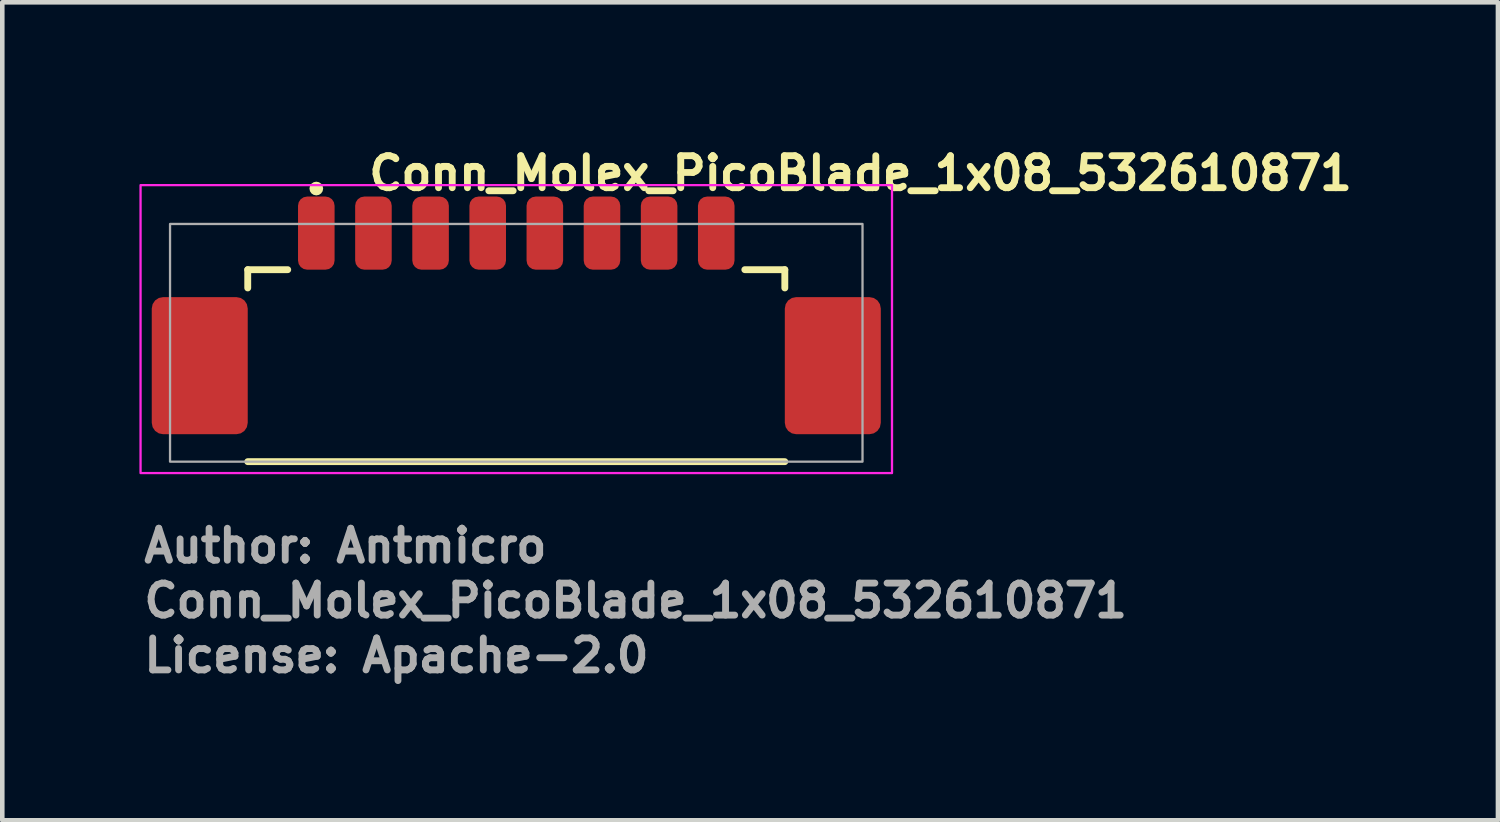
<source format=kicad_pcb>
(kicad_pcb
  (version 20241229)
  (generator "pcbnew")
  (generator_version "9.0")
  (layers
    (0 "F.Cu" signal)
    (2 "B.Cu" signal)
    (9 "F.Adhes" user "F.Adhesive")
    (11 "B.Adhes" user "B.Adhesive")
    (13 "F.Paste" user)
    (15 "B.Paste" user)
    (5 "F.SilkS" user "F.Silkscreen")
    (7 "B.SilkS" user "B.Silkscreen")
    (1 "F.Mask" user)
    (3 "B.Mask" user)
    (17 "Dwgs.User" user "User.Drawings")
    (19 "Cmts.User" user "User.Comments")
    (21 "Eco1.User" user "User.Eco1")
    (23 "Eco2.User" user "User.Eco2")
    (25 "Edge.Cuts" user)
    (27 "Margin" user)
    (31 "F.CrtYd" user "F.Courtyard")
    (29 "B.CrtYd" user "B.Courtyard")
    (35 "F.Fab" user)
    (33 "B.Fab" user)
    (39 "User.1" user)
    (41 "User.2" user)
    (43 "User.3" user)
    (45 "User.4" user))
  (footprint "Conn_Molex_PicoBlade_1x08_532610871"
    (layer "F.Cu")
    (at 8.245 4.45)
    (property "Reference" "Conn_Molex_PicoBlade_1x08_532610871" (at -3.3 -3.3 0) (layer "F.SilkS") (effects (font (size 0.7 0.7) (thickness 0.15)) (justify left bottom)))
    (attr smd)
    (fp_line (start -5.875 -1.6) (end -5 -1.6) (stroke (width 0.15) (type solid)) (layer "F.SilkS"))
    (fp_line (start -5.875 -1.2) (end -5.875 -1.6) (stroke (width 0.15) (type solid)) (layer "F.SilkS"))
    (fp_line (start -5.875 2.6) (end 5.875 2.6) (stroke (width 0.15) (type solid)) (layer "F.SilkS"))
    (fp_line (start 5 -1.6) (end 5.875 -1.6) (stroke (width 0.15) (type solid)) (layer "F.SilkS"))
    (fp_line (start 5.875 -1.2) (end 5.875 -1.6) (stroke (width 0.15) (type solid)) (layer "F.SilkS"))
    (fp_circle (center -4.375 -3.375) (end -4.3 -3.375) (stroke (width 0.15) (type solid)) (fill no) (layer "F.SilkS"))
    (fp_rect (start -8.22 -3.45) (end 8.22 2.85) (stroke (width 0.05) (type solid)) (fill no) (layer "F.CrtYd"))
    (fp_rect (start -7.575 -2.6) (end 7.575 2.6) (stroke (width 0.05) (type default)) (fill no) (layer "F.Fab"))
    (fp_rect (start -7.575 -2.6) (end 7.575 2.6) (stroke (width 0.1) (type solid)) (fill no) (layer "User.5"))
    (fp_line (start -7.575 1.4) (end -7.575 -0.4) (stroke (width 0.02) (type solid)) (layer "User.9"))
    (fp_line (start -7.575 1.4) (end -7.375 1.6) (stroke (width 0.02) (type solid)) (layer "User.9"))
    (fp_line (start -7.375 -0.6) (end -7.575 -0.4) (stroke (width 0.02) (type solid)) (layer "User.9"))
    (fp_line (start -7.375 -0.6) (end -7.175 -0.6) (stroke (width 0.02) (type solid)) (layer "User.9"))
    (fp_line (start -7.375 2.2) (end -7.375 -0.6) (stroke (width 0.02) (type solid)) (layer "User.9"))
    (fp_line (start -7.375 2.2) (end -7.175 2.2) (stroke (width 0.02) (type solid)) (layer "User.9"))
    (fp_line (start -7.175 -0.6) (end -6.375 -0.6) (stroke (width 0.02) (type solid)) (layer "User.9"))
    (fp_line (start -7.175 2.2) (end -7.175 -0.6) (stroke (width 0.02) (type solid)) (layer "User.9"))
    (fp_line (start -7.175 2.2) (end -6.375 2.2) (stroke (width 0.02) (type solid)) (layer "User.9"))
    (fp_line (start -6.375 -0.6) (end -5.875 -0.6) (stroke (width 0.02) (type solid)) (layer "User.9"))
    (fp_line (start -6.375 2.2) (end -6.375 -0.6) (stroke (width 0.02) (type solid)) (layer "User.9"))
    (fp_line (start -6.375 2.2) (end -5.875 2.2) (stroke (width 0.02) (type solid)) (layer "User.9"))
    (fp_line (start -5.875 -1.6) (end -5.875 1.6) (stroke (width 0.02) (type solid)) (layer "User.9"))
    (fp_line (start -5.875 1.6) (end -5.875 2.6) (stroke (width 0.02) (type solid)) (layer "User.9"))
    (fp_line (start -5.875 2.6) (end -5.575 2.6) (stroke (width 0.02) (type solid)) (layer "User.9"))
    (fp_line (start -5.575 2.6) (end -5.275 2.4) (stroke (width 0.02) (type solid)) (layer "User.9"))
    (fp_line (start -5.275 2.4) (end -5.275 1.6) (stroke (width 0.02) (type solid)) (layer "User.9"))
    (fp_line (start -5.275 2.4) (end -3.9 2.4) (stroke (width 0.02) (type solid)) (layer "User.9"))
    (fp_line (start -4.925 1) (end -4.925 1.6) (stroke (width 0.02) (type solid)) (layer "User.9"))
    (fp_line (start -4.925 1.6) (end -5.875 1.6) (stroke (width 0.02) (type solid)) (layer "User.9"))
    (fp_line (start -4.535 -2.6) (end -4.535 -2.3) (stroke (width 0.02) (type solid)) (layer "User.9"))
    (fp_line (start -4.535 -2.3) (end -4.535 -1.6) (stroke (width 0.02) (type solid)) (layer "User.9"))
    (fp_line (start -4.535 1) (end -4.535 1.9) (stroke (width 0.02) (type solid)) (layer "User.9"))
    (fp_line (start -4.215 -2.6) (end -4.535 -2.6) (stroke (width 0.02) (type solid)) (layer "User.9"))
    (fp_line (start -4.215 -2.6) (end -4.215 -2.3) (stroke (width 0.02) (type solid)) (layer "User.9"))
    (fp_line (start -4.215 -2.3) (end -4.535 -2.3) (stroke (width 0.02) (type solid)) (layer "User.9"))
    (fp_line (start -4.215 -2.3) (end -4.215 -1.6) (stroke (width 0.02) (type solid)) (layer "User.9"))
    (fp_line (start -4.215 1) (end -4.215 1.9) (stroke (width 0.02) (type solid)) (layer "User.9"))
    (fp_line (start -4.215 1.15) (end -3.9 1.15) (stroke (width 0.02) (type solid)) (layer "User.9"))
    (fp_line (start -4.215 1.9) (end -4.535 1.9) (stroke (width 0.02) (type solid)) (layer "User.9"))
    (fp_line (start -3.9 1.15) (end -3.9 2.4) (stroke (width 0.02) (type solid)) (layer "User.9"))
    (fp_line (start -3.9 2.4) (end -3.9 2.6) (stroke (width 0.02) (type solid)) (layer "User.9"))
    (fp_line (start -3.9 2.6) (end -5.575 2.6) (stroke (width 0.02) (type solid)) (layer "User.9"))
    (fp_line (start -3.6 1.15) (end -3.285 1.15) (stroke (width 0.02) (type solid)) (layer "User.9"))
    (fp_line (start -3.6 2.4) (end -3.6 1.15) (stroke (width 0.02) (type solid)) (layer "User.9"))
    (fp_line (start -3.6 2.4) (end 3.6 2.4) (stroke (width 0.02) (type solid)) (layer "User.9"))
    (fp_line (start -3.6 2.6) (end -3.6 2.4) (stroke (width 0.02) (type solid)) (layer "User.9"))
    (fp_line (start -3.285 -2.6) (end -3.285 -2.3) (stroke (width 0.02) (type solid)) (layer "User.9"))
    (fp_line (start -3.285 -2.3) (end -3.285 -1.6) (stroke (width 0.02) (type solid)) (layer "User.9"))
    (fp_line (start -3.285 1) (end -3.285 1.9) (stroke (width 0.02) (type solid)) (layer "User.9"))
    (fp_line (start -2.965 -2.6) (end -3.285 -2.6) (stroke (width 0.02) (type solid)) (layer "User.9"))
    (fp_line (start -2.965 -2.6) (end -2.965 -2.3) (stroke (width 0.02) (type solid)) (layer "User.9"))
    (fp_line (start -2.965 -2.3) (end -3.285 -2.3) (stroke (width 0.02) (type solid)) (layer "User.9"))
    (fp_line (start -2.965 -2.3) (end -2.965 -1.6) (stroke (width 0.02) (type solid)) (layer "User.9"))
    (fp_line (start -2.965 1) (end -2.965 1.9) (stroke (width 0.02) (type solid)) (layer "User.9"))
    (fp_line (start -2.965 1.9) (end -3.285 1.9) (stroke (width 0.02) (type solid)) (layer "User.9"))
    (fp_line (start -2.035 -2.6) (end -2.035 -2.3) (stroke (width 0.02) (type solid)) (layer "User.9"))
    (fp_line (start -2.035 -2.3) (end -2.035 -1.6) (stroke (width 0.02) (type solid)) (layer "User.9"))
    (fp_line (start -2.035 1) (end -2.035 1.9) (stroke (width 0.02) (type solid)) (layer "User.9"))
    (fp_line (start -1.715 -2.6) (end -2.035 -2.6) (stroke (width 0.02) (type solid)) (layer "User.9"))
    (fp_line (start -1.715 -2.6) (end -1.715 -2.3) (stroke (width 0.02) (type solid)) (layer "User.9"))
    (fp_line (start -1.715 -2.3) (end -2.035 -2.3) (stroke (width 0.02) (type solid)) (layer "User.9"))
    (fp_line (start -1.715 -2.3) (end -1.715 -1.6) (stroke (width 0.02) (type solid)) (layer "User.9"))
    (fp_line (start -1.715 1) (end -1.715 1.9) (stroke (width 0.02) (type solid)) (layer "User.9"))
    (fp_line (start -1.715 1.9) (end -2.035 1.9) (stroke (width 0.02) (type solid)) (layer "User.9"))
    (fp_line (start -0.785 -2.6) (end -0.785 -2.3) (stroke (width 0.02) (type solid)) (layer "User.9"))
    (fp_line (start -0.785 -2.3) (end -0.785 -1.6) (stroke (width 0.02) (type solid)) (layer "User.9"))
    (fp_line (start -0.785 1) (end -0.785 1.9) (stroke (width 0.02) (type solid)) (layer "User.9"))
    (fp_line (start -0.465 -2.6) (end -0.785 -2.6) (stroke (width 0.02) (type solid)) (layer "User.9"))
    (fp_line (start -0.465 -2.6) (end -0.465 -2.3) (stroke (width 0.02) (type solid)) (layer "User.9"))
    (fp_line (start -0.465 -2.3) (end -0.785 -2.3) (stroke (width 0.02) (type solid)) (layer "User.9"))
    (fp_line (start -0.465 -2.3) (end -0.465 -1.6) (stroke (width 0.02) (type solid)) (layer "User.9"))
    (fp_line (start -0.465 1) (end -0.465 1.9) (stroke (width 0.02) (type solid)) (layer "User.9"))
    (fp_line (start -0.465 1.9) (end -0.785 1.9) (stroke (width 0.02) (type solid)) (layer "User.9"))
    (fp_line (start 0.465 -2.6) (end 0.465 -2.3) (stroke (width 0.02) (type solid)) (layer "User.9"))
    (fp_line (start 0.465 -2.3) (end 0.465 -1.6) (stroke (width 0.02) (type solid)) (layer "User.9"))
    (fp_line (start 0.465 1) (end 0.465 1.9) (stroke (width 0.02) (type solid)) (layer "User.9"))
    (fp_line (start 0.785 -2.6) (end 0.465 -2.6) (stroke (width 0.02) (type solid)) (layer "User.9"))
    (fp_line (start 0.785 -2.6) (end 0.785 -2.3) (stroke (width 0.02) (type solid)) (layer "User.9"))
    (fp_line (start 0.785 -2.3) (end 0.465 -2.3) (stroke (width 0.02) (type solid)) (layer "User.9"))
    (fp_line (start 0.785 -2.3) (end 0.785 -1.6) (stroke (width 0.02) (type solid)) (layer "User.9"))
    (fp_line (start 0.785 1) (end 0.785 1.9) (stroke (width 0.02) (type solid)) (layer "User.9"))
    (fp_line (start 0.785 1.9) (end 0.465 1.9) (stroke (width 0.02) (type solid)) (layer "User.9"))
    (fp_line (start 1.715 -2.6) (end 1.715 -2.3) (stroke (width 0.02) (type solid)) (layer "User.9"))
    (fp_line (start 1.715 -2.3) (end 1.715 -1.6) (stroke (width 0.02) (type solid)) (layer "User.9"))
    (fp_line (start 1.715 1) (end 1.715 1.9) (stroke (width 0.02) (type solid)) (layer "User.9"))
    (fp_line (start 2.035 -2.6) (end 1.715 -2.6) (stroke (width 0.02) (type solid)) (layer "User.9"))
    (fp_line (start 2.035 -2.6) (end 2.035 -2.3) (stroke (width 0.02) (type solid)) (layer "User.9"))
    (fp_line (start 2.035 -2.3) (end 1.715 -2.3) (stroke (width 0.02) (type solid)) (layer "User.9"))
    (fp_line (start 2.035 -2.3) (end 2.035 -1.6) (stroke (width 0.02) (type solid)) (layer "User.9"))
    (fp_line (start 2.035 1) (end 2.035 1.9) (stroke (width 0.02) (type solid)) (layer "User.9"))
    (fp_line (start 2.035 1.9) (end 1.715 1.9) (stroke (width 0.02) (type solid)) (layer "User.9"))
    (fp_line (start 2.965 -2.6) (end 2.965 -2.3) (stroke (width 0.02) (type solid)) (layer "User.9"))
    (fp_line (start 2.965 -2.3) (end 2.965 -1.6) (stroke (width 0.02) (type solid)) (layer "User.9"))
    (fp_line (start 2.965 1) (end 2.965 1.9) (stroke (width 0.02) (type solid)) (layer "User.9"))
    (fp_line (start 3.285 -2.6) (end 2.965 -2.6) (stroke (width 0.02) (type solid)) (layer "User.9"))
    (fp_line (start 3.285 -2.6) (end 3.285 -2.3) (stroke (width 0.02) (type solid)) (layer "User.9"))
    (fp_line (start 3.285 -2.3) (end 2.965 -2.3) (stroke (width 0.02) (type solid)) (layer "User.9"))
    (fp_line (start 3.285 -2.3) (end 3.285 -1.6) (stroke (width 0.02) (type solid)) (layer "User.9"))
    (fp_line (start 3.285 1) (end 3.285 1.9) (stroke (width 0.02) (type solid)) (layer "User.9"))
    (fp_line (start 3.285 1.9) (end 2.965 1.9) (stroke (width 0.02) (type solid)) (layer "User.9"))
    (fp_line (start 3.6 1.15) (end 3.285 1.15) (stroke (width 0.02) (type solid)) (layer "User.9"))
    (fp_line (start 3.6 2.4) (end 3.6 1.15) (stroke (width 0.02) (type solid)) (layer "User.9"))
    (fp_line (start 3.6 2.6) (end -3.6 2.6) (stroke (width 0.02) (type solid)) (layer "User.9"))
    (fp_line (start 3.6 2.6) (end 3.6 2.4) (stroke (width 0.02) (type solid)) (layer "User.9"))
    (fp_line (start 3.9 1.15) (end 3.9 2.4) (stroke (width 0.02) (type solid)) (layer "User.9"))
    (fp_line (start 3.9 2.4) (end 3.9 2.6) (stroke (width 0.02) (type solid)) (layer "User.9"))
    (fp_line (start 3.9 2.4) (end 5.275 2.4) (stroke (width 0.02) (type solid)) (layer "User.9"))
    (fp_line (start 4.215 -2.6) (end 4.215 -2.3) (stroke (width 0.02) (type solid)) (layer "User.9"))
    (fp_line (start 4.215 -2.3) (end 4.215 -1.6) (stroke (width 0.02) (type solid)) (layer "User.9"))
    (fp_line (start 4.215 1) (end 4.215 1.9) (stroke (width 0.02) (type solid)) (layer "User.9"))
    (fp_line (start 4.215 1.15) (end 3.9 1.15) (stroke (width 0.02) (type solid)) (layer "User.9"))
    (fp_line (start 4.535 -2.6) (end 4.215 -2.6) (stroke (width 0.02) (type solid)) (layer "User.9"))
    (fp_line (start 4.535 -2.6) (end 4.535 -2.3) (stroke (width 0.02) (type solid)) (layer "User.9"))
    (fp_line (start 4.535 -2.3) (end 4.215 -2.3) (stroke (width 0.02) (type solid)) (layer "User.9"))
    (fp_line (start 4.535 -2.3) (end 4.535 -1.6) (stroke (width 0.02) (type solid)) (layer "User.9"))
    (fp_line (start 4.535 1) (end 4.535 1.9) (stroke (width 0.02) (type solid)) (layer "User.9"))
    (fp_line (start 4.535 1.9) (end 4.215 1.9) (stroke (width 0.02) (type solid)) (layer "User.9"))
    (fp_line (start 4.925 1) (end -4.925 1) (stroke (width 0.02) (type solid)) (layer "User.9"))
    (fp_line (start 4.925 1.6) (end 4.925 1) (stroke (width 0.02) (type solid)) (layer "User.9"))
    (fp_line (start 5.275 2.4) (end 5.275 1.6) (stroke (width 0.02) (type solid)) (layer "User.9"))
    (fp_line (start 5.275 2.4) (end 5.575 2.6) (stroke (width 0.02) (type solid)) (layer "User.9"))
    (fp_line (start 5.575 2.6) (end 3.9 2.6) (stroke (width 0.02) (type solid)) (layer "User.9"))
    (fp_line (start 5.575 2.6) (end 5.875 2.6) (stroke (width 0.02) (type solid)) (layer "User.9"))
    (fp_line (start 5.875 -1.6) (end -5.875 -1.6) (stroke (width 0.02) (type solid)) (layer "User.9"))
    (fp_line (start 5.875 -1.6) (end 5.875 1.6) (stroke (width 0.02) (type solid)) (layer "User.9"))
    (fp_line (start 5.875 -0.6) (end 6.375 -0.6) (stroke (width 0.02) (type solid)) (layer "User.9"))
    (fp_line (start 5.875 1.6) (end 4.925 1.6) (stroke (width 0.02) (type solid)) (layer "User.9"))
    (fp_line (start 5.875 2.2) (end 6.375 2.2) (stroke (width 0.02) (type solid)) (layer "User.9"))
    (fp_line (start 5.875 2.6) (end 5.875 1.6) (stroke (width 0.02) (type solid)) (layer "User.9"))
    (fp_line (start 6.375 -0.6) (end 7.175 -0.6) (stroke (width 0.02) (type solid)) (layer "User.9"))
    (fp_line (start 6.375 2.2) (end 6.375 -0.6) (stroke (width 0.02) (type solid)) (layer "User.9"))
    (fp_line (start 6.375 2.2) (end 7.175 2.2) (stroke (width 0.02) (type solid)) (layer "User.9"))
    (fp_line (start 7.175 -0.6) (end 7.375 -0.6) (stroke (width 0.02) (type solid)) (layer "User.9"))
    (fp_line (start 7.175 2.2) (end 7.175 -0.6) (stroke (width 0.02) (type solid)) (layer "User.9"))
    (fp_line (start 7.175 2.2) (end 7.375 2.2) (stroke (width 0.02) (type solid)) (layer "User.9"))
    (fp_line (start 7.375 1.6) (end 7.575 1.4) (stroke (width 0.02) (type solid)) (layer "User.9"))
    (fp_line (start 7.375 2.2) (end 7.375 -0.6) (stroke (width 0.02) (type solid)) (layer "User.9"))
    (fp_line (start 7.575 -0.4) (end 7.375 -0.6) (stroke (width 0.02) (type solid)) (layer "User.9"))
    (fp_line (start 7.575 1.4) (end 7.575 -0.4) (stroke (width 0.02) (type solid)) (layer "User.9"))
    (fp_text user "License: Apache-2.0" (at -8.22 7.25 0) (layer "F.Fab") (effects (font (size 0.7 0.7) (thickness 0.15)) (justify left bottom)))
    (fp_text user "Author: Antmicro" (at -8.22 4.85 0) (layer "F.Fab") (effects (font (size 0.7 0.7) (thickness 0.15)) (justify left bottom)))
    (fp_text user "${REFERENCE}" (at -8.22 6.05 0) (layer "F.Fab") (effects (font (size 0.7 0.7) (thickness 0.15)) (justify left bottom)))
    (pad "1" smd roundrect (at -4.375 -2.4) (size 0.8 1.6) (layers "F.Cu" "F.Mask" "F.Paste") (roundrect_rratio 0.25))
    (pad "2" smd roundrect (at -3.125 -2.4) (size 0.8 1.6) (layers "F.Cu" "F.Mask" "F.Paste") (roundrect_rratio 0.25))
    (pad "3" smd roundrect (at -1.875 -2.4) (size 0.8 1.6) (layers "F.Cu" "F.Mask" "F.Paste") (roundrect_rratio 0.25))
    (pad "4" smd roundrect (at -0.625 -2.4) (size 0.8 1.6) (layers "F.Cu" "F.Mask" "F.Paste") (roundrect_rratio 0.25))
    (pad "5" smd roundrect (at 0.625 -2.4) (size 0.8 1.6) (layers "F.Cu" "F.Mask" "F.Paste") (roundrect_rratio 0.25))
    (pad "6" smd roundrect (at 1.875 -2.4) (size 0.8 1.6) (layers "F.Cu" "F.Mask" "F.Paste") (roundrect_rratio 0.25))
    (pad "7" smd roundrect (at 3.125 -2.4) (size 0.8 1.6) (layers "F.Cu" "F.Mask" "F.Paste") (roundrect_rratio 0.25))
    (pad "8" smd roundrect (at 4.375 -2.4) (size 0.8 1.6) (layers "F.Cu" "F.Mask" "F.Paste") (roundrect_rratio 0.25))
    (pad "MP" smd roundrect (at -6.925 0.5) (size 2.1 3) (layers "F.Cu" "F.Mask" "F.Paste") (roundrect_rratio 0.119))
    (pad "MP" smd roundrect (at 6.925 0.5) (size 2.1 3) (layers "F.Cu" "F.Mask" "F.Paste") (roundrect_rratio 0.119)))
  (gr_rect
    (start -3 -3)
    (end 29.722 14.896)
    (stroke (width 0.1) (type default))
    (fill no)
    (layer "Edge.Cuts")))
</source>
